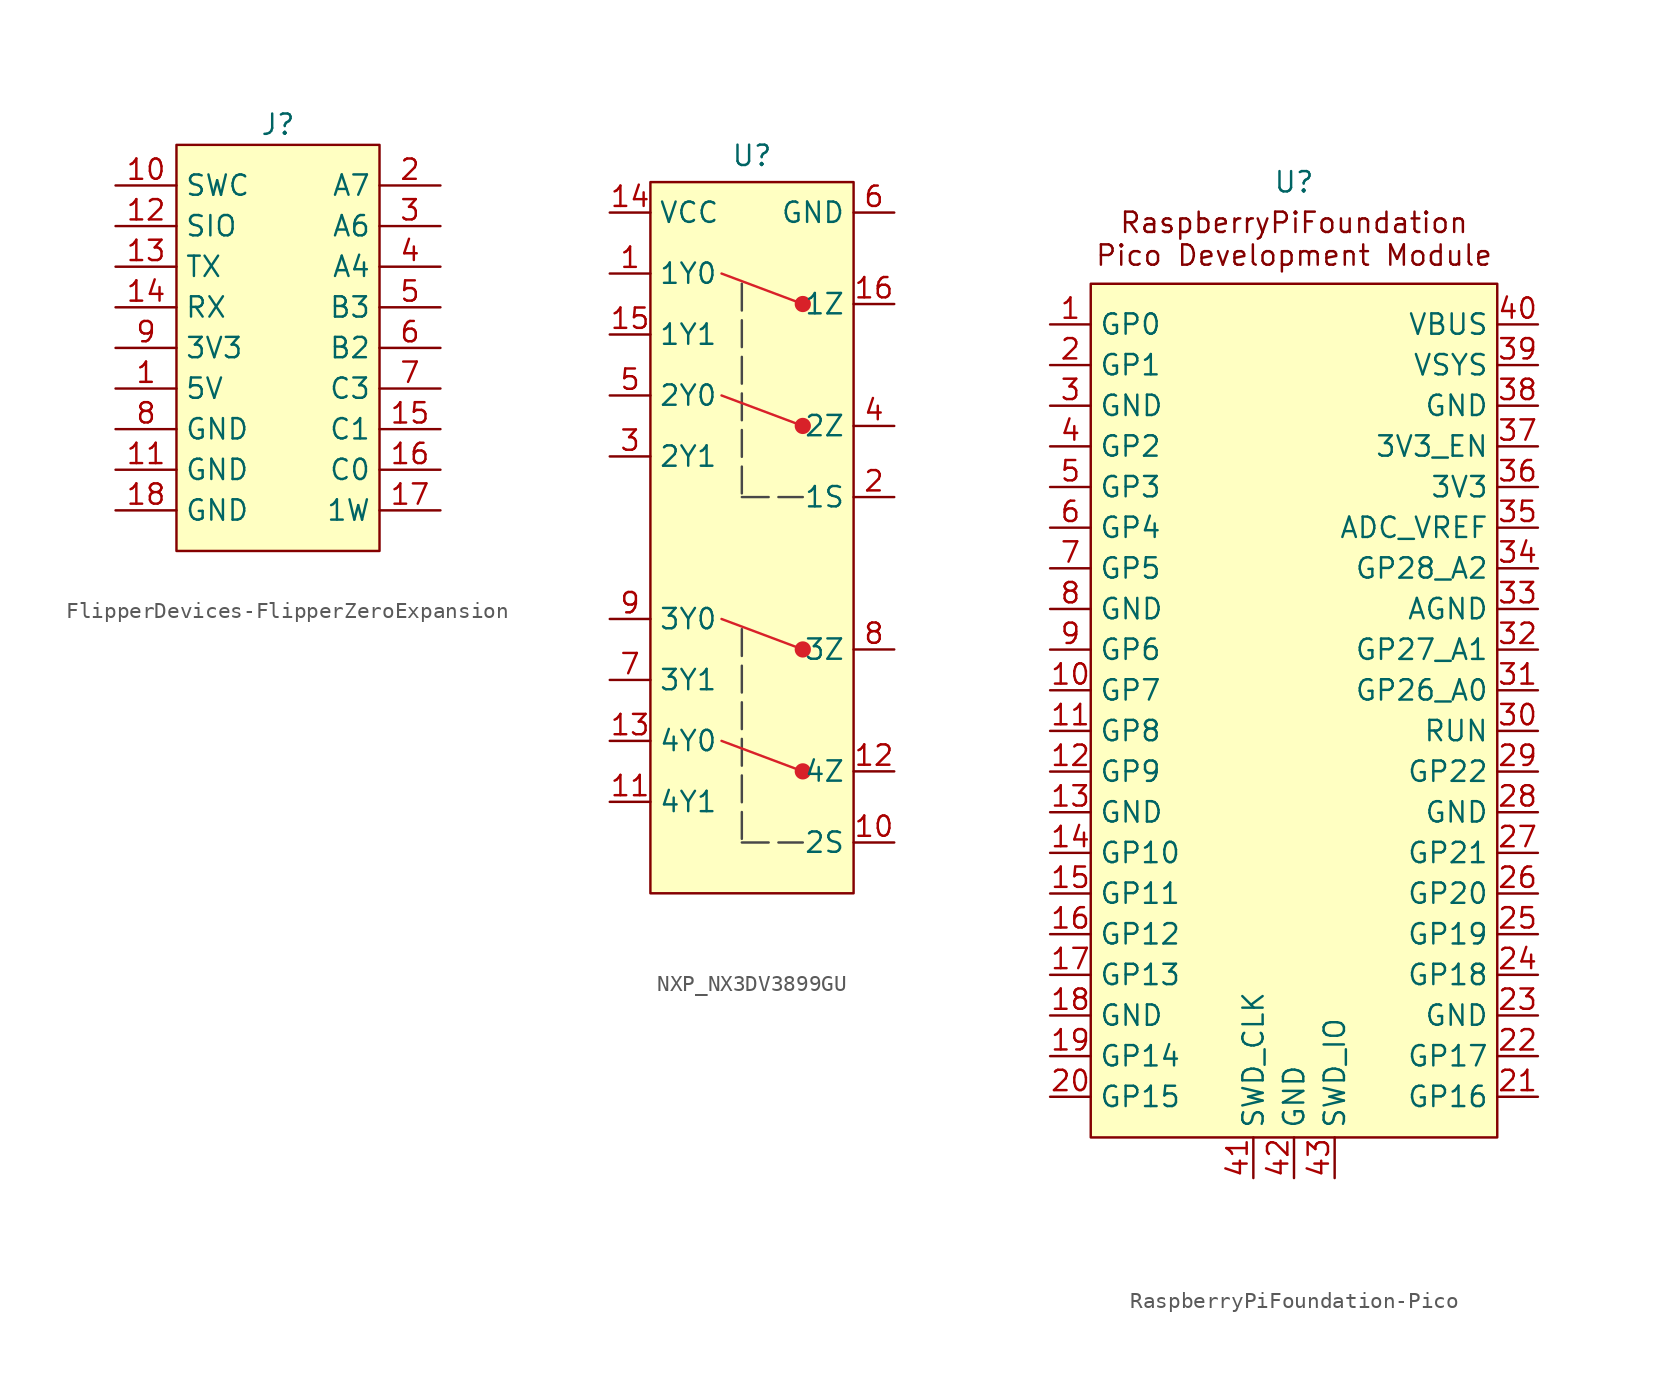
<source format=kicad_sym>
(kicad_symbol_lib
  (version 20231120)
  (generator "kicad_symbol_editor")
  (generator_version "8.0")
  (symbol "FlipperDevices-FlipperZeroExpansion"
    (property "Reference" "J"
      (at 0 13.97 0)
      (effects (font (size 1.27 1.27))))
    (property "Value" ""
      (at 11.43 -7.62 0)
      (effects (font (size 1.27 1.27))))
    (symbol "FlipperDevices-FlipperZeroExpansion_1_1"
      (rectangle (start -6.35 12.7) (end 6.35 -12.7) (stroke (width 0) (type default)) (fill (type background)))
      (pin power_out line (at -10.16 -2.54 0) (length 3.81) (name "5V" (effects (font (size 1.27 1.27)))) (number "1" (effects (font (size 1.27 1.27)))))
      (pin passive line (at -10.16 10.16 0) (length 3.81) (name "SWC" (effects (font (size 1.27 1.27)))) (number "10" (effects (font (size 1.27 1.27)))))
      (pin power_out line (at -10.16 -7.62 0) (length 3.81) (name "GND" (effects (font (size 1.27 1.27)))) (number "11" (effects (font (size 1.27 1.27)))))
      (pin passive line (at -10.16 7.62 0) (length 3.81) (name "SIO" (effects (font (size 1.27 1.27)))) (number "12" (effects (font (size 1.27 1.27)))))
      (pin passive line (at -10.16 5.08 0) (length 3.81) (name "TX" (effects (font (size 1.27 1.27)))) (number "13" (effects (font (size 1.27 1.27)))))
      (pin passive line (at -10.16 2.54 0) (length 3.81) (name "RX" (effects (font (size 1.27 1.27)))) (number "14" (effects (font (size 1.27 1.27)))))
      (pin passive line (at 10.16 -5.08 180) (length 3.81) (name "C1" (effects (font (size 1.27 1.27)))) (number "15" (effects (font (size 1.27 1.27)))))
      (pin passive line (at 10.16 -7.62 180) (length 3.81) (name "C0" (effects (font (size 1.27 1.27)))) (number "16" (effects (font (size 1.27 1.27)))))
      (pin passive line (at 10.16 -10.16 180) (length 3.81) (name "1W" (effects (font (size 1.27 1.27)))) (number "17" (effects (font (size 1.27 1.27)))))
      (pin power_out line (at -10.16 -10.16 0) (length 3.81) (name "GND" (effects (font (size 1.27 1.27)))) (number "18" (effects (font (size 1.27 1.27)))))
      (pin passive line (at 10.16 10.16 180) (length 3.81) (name "A7" (effects (font (size 1.27 1.27)))) (number "2" (effects (font (size 1.27 1.27)))))
      (pin passive line (at 10.16 7.62 180) (length 3.81) (name "A6" (effects (font (size 1.27 1.27)))) (number "3" (effects (font (size 1.27 1.27)))))
      (pin passive line (at 10.16 5.08 180) (length 3.81) (name "A4" (effects (font (size 1.27 1.27)))) (number "4" (effects (font (size 1.27 1.27)))))
      (pin passive line (at 10.16 2.54 180) (length 3.81) (name "B3" (effects (font (size 1.27 1.27)))) (number "5" (effects (font (size 1.27 1.27)))))
      (pin passive line (at 10.16 0 180) (length 3.81) (name "B2" (effects (font (size 1.27 1.27)))) (number "6" (effects (font (size 1.27 1.27)))))
      (pin passive line (at 10.16 -2.54 180) (length 3.81) (name "C3" (effects (font (size 1.27 1.27)))) (number "7" (effects (font (size 1.27 1.27)))))
      (pin power_out line (at -10.16 -5.08 0) (length 3.81) (name "GND" (effects (font (size 1.27 1.27)))) (number "8" (effects (font (size 1.27 1.27)))))
      (pin power_out line (at -10.16 0 0) (length 3.81) (name "3V3" (effects (font (size 1.27 1.27)))) (number "9" (effects (font (size 1.27 1.27)))))))
  (symbol "NXP_NX3DV3899GU"
    (property "Reference" "U"
      (at 0 23.876 0)
      (effects (font (size 1.27 1.27))))
    (property "Value" ""
      (at 0 0 0)
      (effects (font (size 1.27 1.27))))
    (symbol "NXP_NX3DV3899GU_1_1"
      (rectangle (start -6.35 22.225) (end 6.35 -22.225) (stroke (width 0) (type default)) (fill (type background)))
      (polyline (pts (xy -0.635 -19.05) (xy 3.175 -19.05)) (stroke (width 0) (type dash) (color 72 72 72 1)) (fill (type none)))
      (polyline (pts (xy -0.635 -5.715) (xy -0.635 -19.05)) (stroke (width 0) (type dash) (color 72 72 72 1)) (fill (type none)))
      (polyline (pts (xy -0.635 2.54) (xy 3.175 2.54)) (stroke (width 0) (type dash) (color 72 72 72 1)) (fill (type none)))
      (polyline (pts (xy -0.635 15.875) (xy -0.635 2.54)) (stroke (width 0) (type dash) (color 72 72 72 1)) (fill (type none)))
      (polyline (pts (xy 3.175 -14.605) (xy -1.905 -12.7)) (stroke (width 0) (type default) (color 216 33 41 1)) (fill (type none)))
      (polyline (pts (xy 3.175 -6.985) (xy -1.905 -5.08)) (stroke (width 0) (type default) (color 216 33 41 1)) (fill (type none)))
      (polyline (pts (xy 3.175 6.985) (xy -1.905 8.89)) (stroke (width 0) (type default) (color 216 33 41 1)) (fill (type none)))
      (polyline (pts (xy 3.175 14.605) (xy -1.905 16.51)) (stroke (width 0) (type default) (color 216 33 41 1)) (fill (type none)))
      (circle (center 3.175 -14.605) (radius 0.0001) (stroke (width 0.508) (type default) (color 216 33 41 1)) (fill (type none)))
      (circle (center 3.175 -6.985) (radius 0.0001) (stroke (width 0.508) (type default) (color 216 33 41 1)) (fill (type none)))
      (circle (center 3.175 6.985) (radius 0.0001) (stroke (width 0.508) (type default) (color 216 33 41 1)) (fill (type none)))
      (circle (center 3.175 14.605) (radius 0.0001) (stroke (width 0.508) (type default) (color 216 33 41 1)) (fill (type none)))
      (pin passive line (at -8.89 16.51 0) (length 2.54) (name "1Y0" (effects (font (size 1.27 1.27)))) (number "1" (effects (font (size 1.27 1.27)))))
      (pin passive line (at 8.89 -19.05 180) (length 2.54) (name "2S" (effects (font (size 1.27 1.27)))) (number "10" (effects (font (size 1.27 1.27)))))
      (pin passive line (at -8.89 -16.51 0) (length 2.54) (name "4Y1" (effects (font (size 1.27 1.27)))) (number "11" (effects (font (size 1.27 1.27)))))
      (pin passive line (at 8.89 -14.605 180) (length 2.54) (name "4Z" (effects (font (size 1.27 1.27)))) (number "12" (effects (font (size 1.27 1.27)))))
      (pin passive line (at -8.89 -12.7 0) (length 2.54) (name "4Y0" (effects (font (size 1.27 1.27)))) (number "13" (effects (font (size 1.27 1.27)))))
      (pin passive line (at -8.89 20.32 0) (length 2.54) (name "VCC" (effects (font (size 1.27 1.27)))) (number "14" (effects (font (size 1.27 1.27)))))
      (pin passive line (at -8.89 12.7 0) (length 2.54) (name "1Y1" (effects (font (size 1.27 1.27)))) (number "15" (effects (font (size 1.27 1.27)))))
      (pin passive line (at 8.89 14.605 180) (length 2.54) (name "1Z" (effects (font (size 1.27 1.27)))) (number "16" (effects (font (size 1.27 1.27)))))
      (pin passive line (at 8.89 2.54 180) (length 2.54) (name "1S" (effects (font (size 1.27 1.27)))) (number "2" (effects (font (size 1.27 1.27)))))
      (pin passive line (at -8.89 5.08 0) (length 2.54) (name "2Y1" (effects (font (size 1.27 1.27)))) (number "3" (effects (font (size 1.27 1.27)))))
      (pin passive line (at 8.89 6.985 180) (length 2.54) (name "2Z" (effects (font (size 1.27 1.27)))) (number "4" (effects (font (size 1.27 1.27)))))
      (pin passive line (at -8.89 8.89 0) (length 2.54) (name "2Y0" (effects (font (size 1.27 1.27)))) (number "5" (effects (font (size 1.27 1.27)))))
      (pin passive line (at 8.89 20.32 180) (length 2.54) (name "GND" (effects (font (size 1.27 1.27)))) (number "6" (effects (font (size 1.27 1.27)))))
      (pin passive line (at -8.89 -8.89 0) (length 2.54) (name "3Y1" (effects (font (size 1.27 1.27)))) (number "7" (effects (font (size 1.27 1.27)))))
      (pin passive line (at 8.89 -6.985 180) (length 2.54) (name "3Z" (effects (font (size 1.27 1.27)))) (number "8" (effects (font (size 1.27 1.27)))))
      (pin passive line (at -8.89 -5.08 0) (length 2.54) (name "3Y0" (effects (font (size 1.27 1.27)))) (number "9" (effects (font (size 1.27 1.27)))))))
  (symbol "RaspberryPiFoundation-Pico"
    (property "Reference" "U"
      (at 0 33.02 0)
      (effects (font (size 1.27 1.27))))
    (property "Value" ""
      (at 0 0 0)
      (effects (font (size 1.27 1.27))))
    (symbol "RaspberryPiFoundation-Pico_1_1"
      (rectangle (start -12.7 26.67) (end 12.7 -26.67) (stroke (width 0) (type default)) (fill (type background)))
      (text "RaspberryPiFoundation\nPico Development Module" (at 0 29.464 0) (effects (font (size 1.27 1.27))))
      (pin passive line (at -15.24 24.13 0) (length 2.54) (name "GP0" (effects (font (size 1.27 1.27)))) (number "1" (effects (font (size 1.27 1.27)))))
      (pin passive line (at -15.24 1.27 0) (length 2.54) (name "GP7" (effects (font (size 1.27 1.27)))) (number "10" (effects (font (size 1.27 1.27)))))
      (pin passive line (at -15.24 -1.27 0) (length 2.54) (name "GP8" (effects (font (size 1.27 1.27)))) (number "11" (effects (font (size 1.27 1.27)))))
      (pin passive line (at -15.24 -3.81 0) (length 2.54) (name "GP9" (effects (font (size 1.27 1.27)))) (number "12" (effects (font (size 1.27 1.27)))))
      (pin power_out line (at -15.24 -6.35 0) (length 2.54) (name "GND" (effects (font (size 1.27 1.27)))) (number "13" (effects (font (size 1.27 1.27)))))
      (pin passive line (at -15.24 -8.89 0) (length 2.54) (name "GP10" (effects (font (size 1.27 1.27)))) (number "14" (effects (font (size 1.27 1.27)))))
      (pin passive line (at -15.24 -11.43 0) (length 2.54) (name "GP11" (effects (font (size 1.27 1.27)))) (number "15" (effects (font (size 1.27 1.27)))))
      (pin passive line (at -15.24 -13.97 0) (length 2.54) (name "GP12" (effects (font (size 1.27 1.27)))) (number "16" (effects (font (size 1.27 1.27)))))
      (pin passive line (at -15.24 -16.51 0) (length 2.54) (name "GP13" (effects (font (size 1.27 1.27)))) (number "17" (effects (font (size 1.27 1.27)))))
      (pin power_out line (at -15.24 -19.05 0) (length 2.54) (name "GND" (effects (font (size 1.27 1.27)))) (number "18" (effects (font (size 1.27 1.27)))))
      (pin passive line (at -15.24 -21.59 0) (length 2.54) (name "GP14" (effects (font (size 1.27 1.27)))) (number "19" (effects (font (size 1.27 1.27)))))
      (pin passive line (at -15.24 21.59 0) (length 2.54) (name "GP1" (effects (font (size 1.27 1.27)))) (number "2" (effects (font (size 1.27 1.27)))))
      (pin passive line (at -15.24 -24.13 0) (length 2.54) (name "GP15" (effects (font (size 1.27 1.27)))) (number "20" (effects (font (size 1.27 1.27)))))
      (pin passive line (at 15.24 -24.13 180) (length 2.54) (name "GP16" (effects (font (size 1.27 1.27)))) (number "21" (effects (font (size 1.27 1.27)))))
      (pin passive line (at 15.24 -21.59 180) (length 2.54) (name "GP17" (effects (font (size 1.27 1.27)))) (number "22" (effects (font (size 1.27 1.27)))))
      (pin power_out line (at 15.24 -19.05 180) (length 2.54) (name "GND" (effects (font (size 1.27 1.27)))) (number "23" (effects (font (size 1.27 1.27)))))
      (pin passive line (at 15.24 -16.51 180) (length 2.54) (name "GP18" (effects (font (size 1.27 1.27)))) (number "24" (effects (font (size 1.27 1.27)))))
      (pin passive line (at 15.24 -13.97 180) (length 2.54) (name "GP19" (effects (font (size 1.27 1.27)))) (number "25" (effects (font (size 1.27 1.27)))))
      (pin passive line (at 15.24 -11.43 180) (length 2.54) (name "GP20" (effects (font (size 1.27 1.27)))) (number "26" (effects (font (size 1.27 1.27)))))
      (pin passive line (at 15.24 -8.89 180) (length 2.54) (name "GP21" (effects (font (size 1.27 1.27)))) (number "27" (effects (font (size 1.27 1.27)))))
      (pin power_out line (at 15.24 -6.35 180) (length 2.54) (name "GND" (effects (font (size 1.27 1.27)))) (number "28" (effects (font (size 1.27 1.27)))))
      (pin passive line (at 15.24 -3.81 180) (length 2.54) (name "GP22" (effects (font (size 1.27 1.27)))) (number "29" (effects (font (size 1.27 1.27)))))
      (pin power_out line (at -15.24 19.05 0) (length 2.54) (name "GND" (effects (font (size 1.27 1.27)))) (number "3" (effects (font (size 1.27 1.27)))))
      (pin passive line (at 15.24 -1.27 180) (length 2.54) (name "RUN" (effects (font (size 1.27 1.27)))) (number "30" (effects (font (size 1.27 1.27)))))
      (pin passive line (at 15.24 1.27 180) (length 2.54) (name "GP26_A0" (effects (font (size 1.27 1.27)))) (number "31" (effects (font (size 1.27 1.27)))))
      (pin passive line (at 15.24 3.81 180) (length 2.54) (name "GP27_A1" (effects (font (size 1.27 1.27)))) (number "32" (effects (font (size 1.27 1.27)))))
      (pin passive line (at 15.24 6.35 180) (length 2.54) (name "AGND" (effects (font (size 1.27 1.27)))) (number "33" (effects (font (size 1.27 1.27)))))
      (pin passive line (at 15.24 8.89 180) (length 2.54) (name "GP28_A2" (effects (font (size 1.27 1.27)))) (number "34" (effects (font (size 1.27 1.27)))))
      (pin passive line (at 15.24 11.43 180) (length 2.54) (name "ADC_VREF" (effects (font (size 1.27 1.27)))) (number "35" (effects (font (size 1.27 1.27)))))
      (pin power_out line (at 15.24 13.97 180) (length 2.54) (name "3V3" (effects (font (size 1.27 1.27)))) (number "36" (effects (font (size 1.27 1.27)))))
      (pin passive line (at 15.24 16.51 180) (length 2.54) (name "3V3_EN" (effects (font (size 1.27 1.27)))) (number "37" (effects (font (size 1.27 1.27)))))
      (pin power_out line (at 15.24 19.05 180) (length 2.54) (name "GND" (effects (font (size 1.27 1.27)))) (number "38" (effects (font (size 1.27 1.27)))))
      (pin power_in line (at 15.24 21.59 180) (length 2.54) (name "VSYS" (effects (font (size 1.27 1.27)))) (number "39" (effects (font (size 1.27 1.27)))))
      (pin passive line (at -15.24 16.51 0) (length 2.54) (name "GP2" (effects (font (size 1.27 1.27)))) (number "4" (effects (font (size 1.27 1.27)))))
      (pin power_in line (at 15.24 24.13 180) (length 2.54) (name "VBUS" (effects (font (size 1.27 1.27)))) (number "40" (effects (font (size 1.27 1.27)))))
      (pin passive line (at -2.54 -29.21 90) (length 2.54) (name "SWD_CLK" (effects (font (size 1.27 1.27)))) (number "41" (effects (font (size 1.27 1.27)))))
      (pin power_in line (at 0 -29.21 90) (length 2.54) (name "GND" (effects (font (size 1.27 1.27)))) (number "42" (effects (font (size 1.27 1.27)))))
      (pin passive line (at 2.54 -29.21 90) (length 2.54) (name "SWD_IO" (effects (font (size 1.27 1.27)))) (number "43" (effects (font (size 1.27 1.27)))))
      (pin passive line (at -15.24 13.97 0) (length 2.54) (name "GP3" (effects (font (size 1.27 1.27)))) (number "5" (effects (font (size 1.27 1.27)))))
      (pin passive line (at -15.24 11.43 0) (length 2.54) (name "GP4" (effects (font (size 1.27 1.27)))) (number "6" (effects (font (size 1.27 1.27)))))
      (pin passive line (at -15.24 8.89 0) (length 2.54) (name "GP5" (effects (font (size 1.27 1.27)))) (number "7" (effects (font (size 1.27 1.27)))))
      (pin power_out line (at -15.24 6.35 0) (length 2.54) (name "GND" (effects (font (size 1.27 1.27)))) (number "8" (effects (font (size 1.27 1.27)))))
      (pin passive line (at -15.24 3.81 0) (length 2.54) (name "GP6" (effects (font (size 1.27 1.27)))) (number "9" (effects (font (size 1.27 1.27))))))))
</source>
